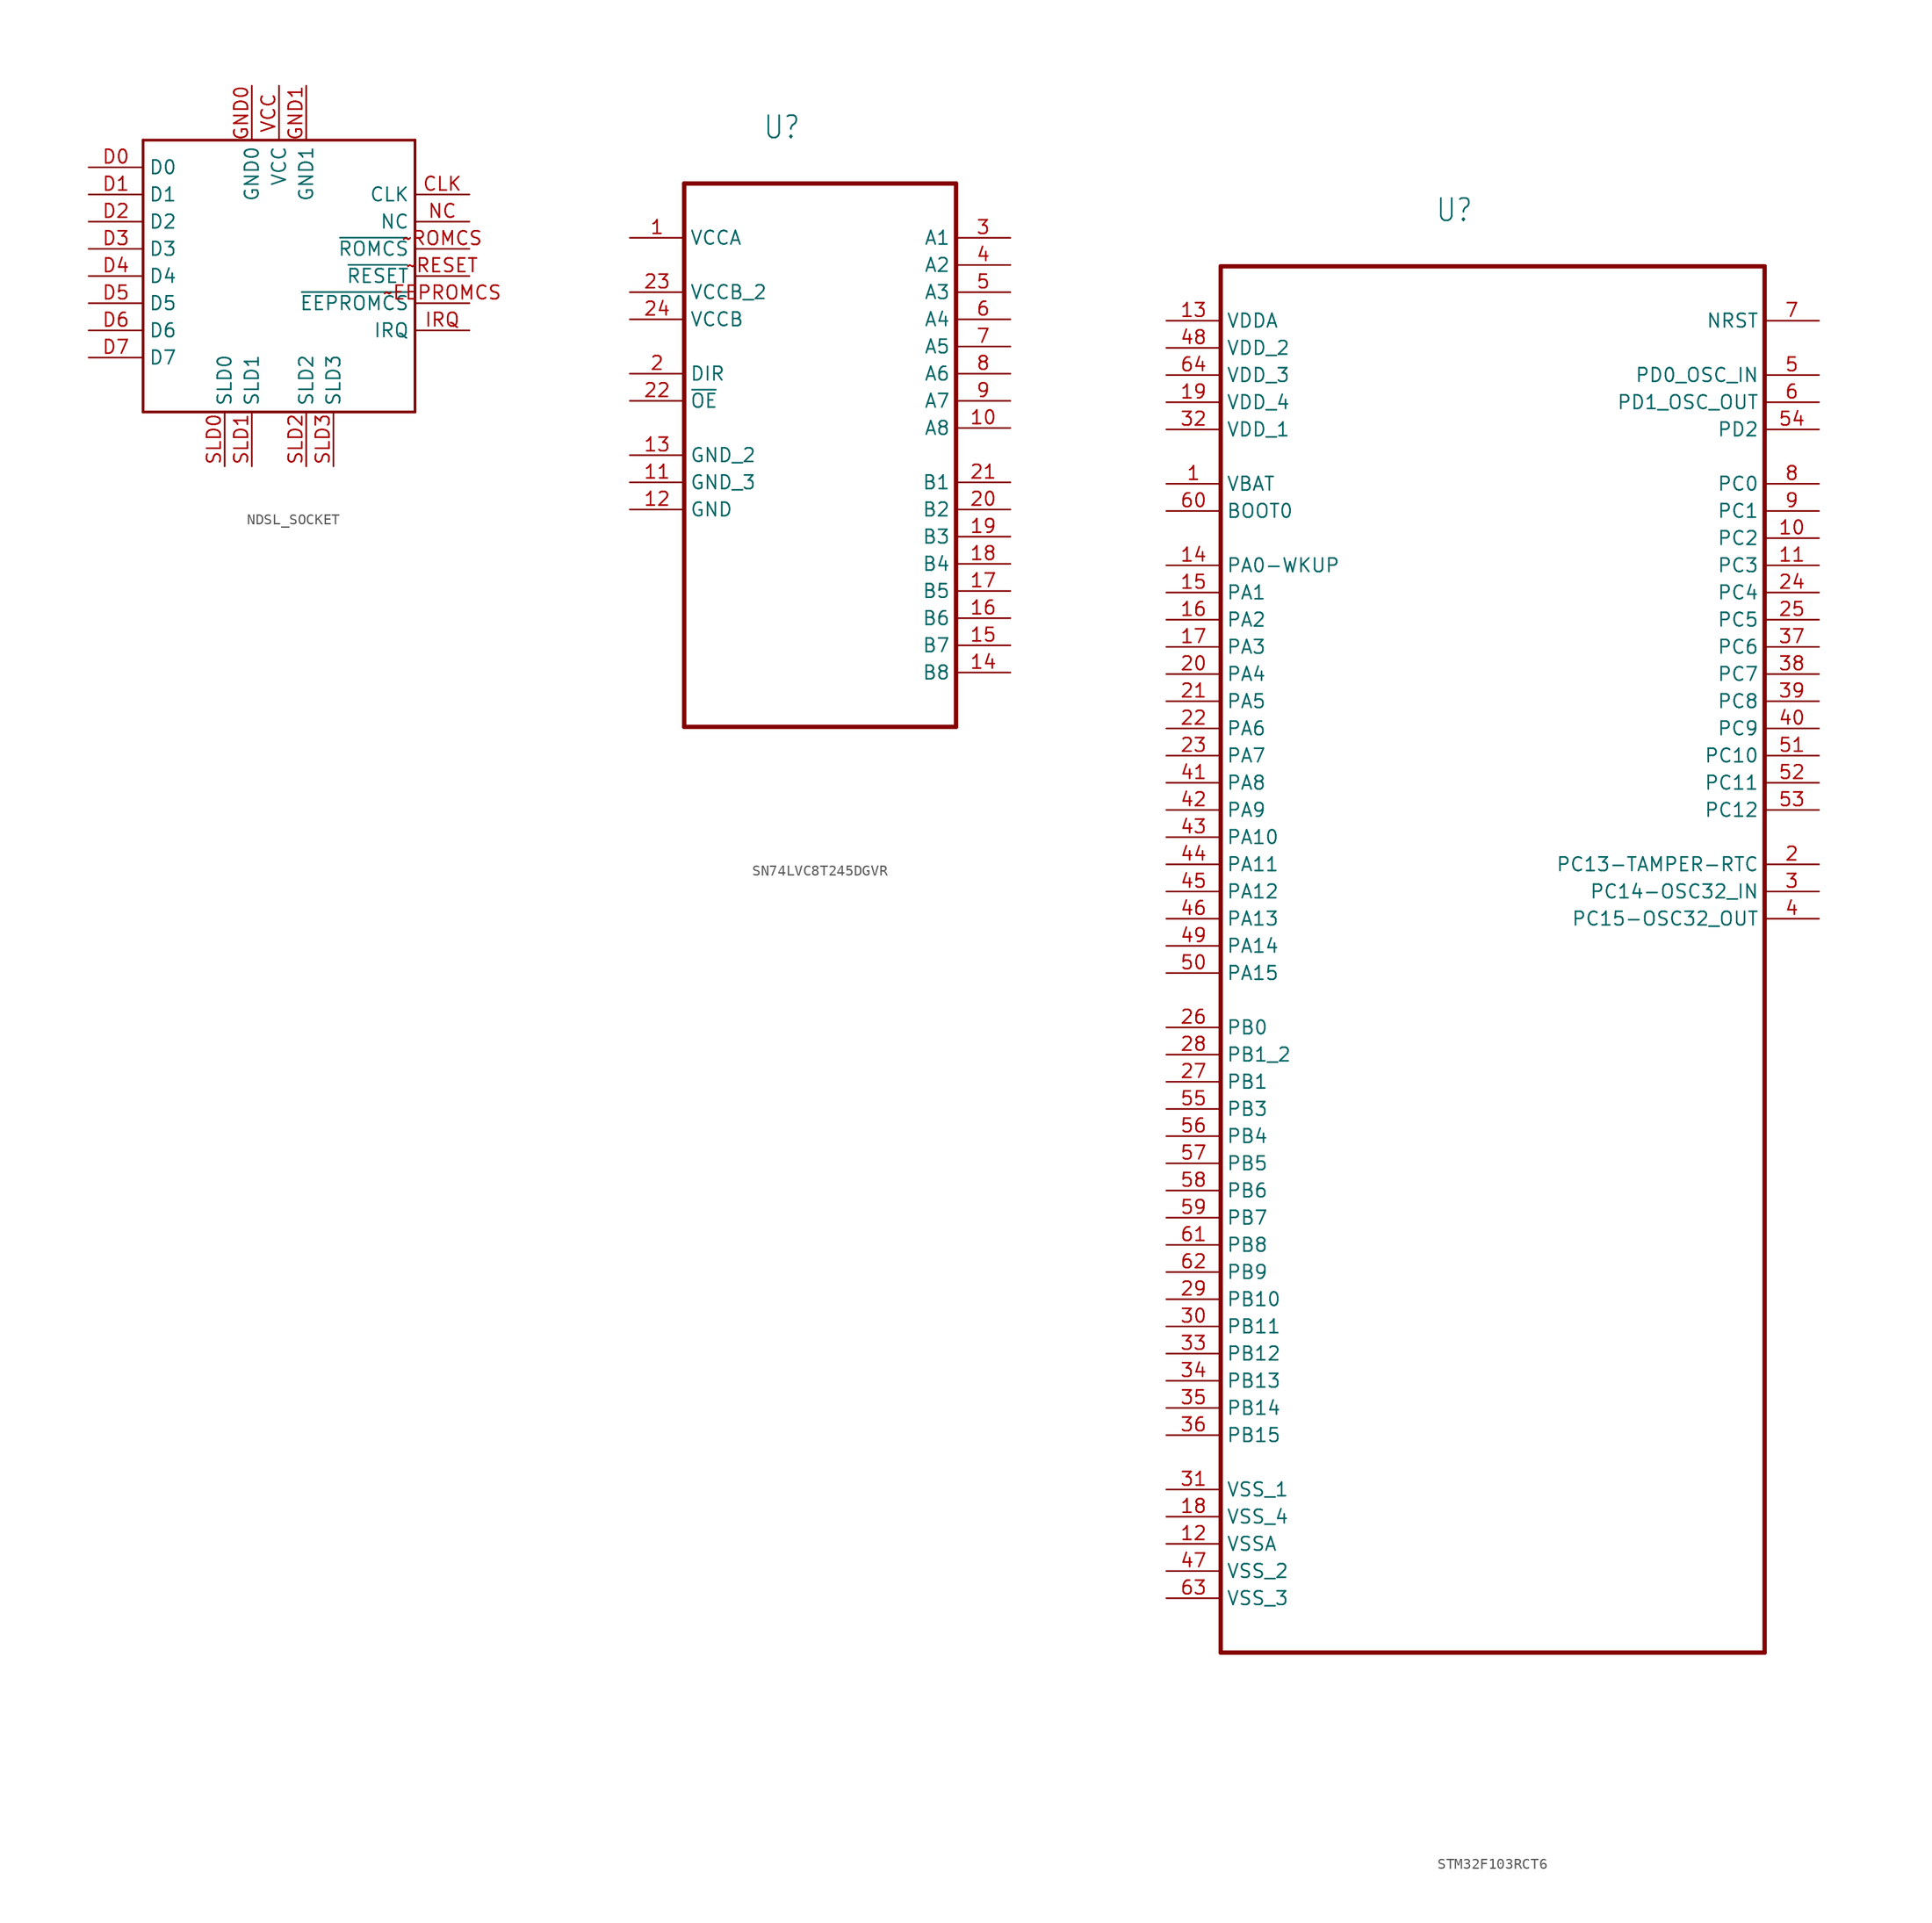
<source format=kicad_sym>
(kicad_symbol_lib
  (version 20220914)
  (generator kicad_symbol_editor)
  (symbol "NDSL_SOCKET"
    (property "Reference" ""
      (at 0 0 0)
      (effects (font (size 1.27 1.27)) hide))
    (property "ki_locked" ""
      (at 0 0 0)
      (effects (font (size 1.27 1.27))))
    (symbol "NDSL_SOCKET_1_0"
      (polyline (pts (xy -12.7 -12.7) (xy -12.7 12.7)) (stroke (width 0.254) (type solid)) (fill (type none)))
      (polyline (pts (xy -12.7 12.7) (xy 12.7 12.7)) (stroke (width 0.254) (type solid)) (fill (type none)))
      (polyline (pts (xy 12.7 -12.7) (xy -12.7 -12.7)) (stroke (width 0.254) (type solid)) (fill (type none)))
      (polyline (pts (xy 12.7 12.7) (xy 12.7 -12.7)) (stroke (width 0.254) (type solid)) (fill (type none)))
      (pin bidirectional line (at 17.78 7.62 180) (length 5.08) (name "CLK" (effects (font (size 1.27 1.27)))) (number "CLK" (effects (font (size 1.27 1.27)))))
      (pin bidirectional line (at -17.78 10.16 0) (length 5.08) (name "D0" (effects (font (size 1.27 1.27)))) (number "D0" (effects (font (size 1.27 1.27)))))
      (pin bidirectional line (at -17.78 7.62 0) (length 5.08) (name "D1" (effects (font (size 1.27 1.27)))) (number "D1" (effects (font (size 1.27 1.27)))))
      (pin bidirectional line (at -17.78 5.08 0) (length 5.08) (name "D2" (effects (font (size 1.27 1.27)))) (number "D2" (effects (font (size 1.27 1.27)))))
      (pin bidirectional line (at -17.78 2.54 0) (length 5.08) (name "D3" (effects (font (size 1.27 1.27)))) (number "D3" (effects (font (size 1.27 1.27)))))
      (pin bidirectional line (at -17.78 0 0) (length 5.08) (name "D4" (effects (font (size 1.27 1.27)))) (number "D4" (effects (font (size 1.27 1.27)))))
      (pin bidirectional line (at -17.78 -2.54 0) (length 5.08) (name "D5" (effects (font (size 1.27 1.27)))) (number "D5" (effects (font (size 1.27 1.27)))))
      (pin bidirectional line (at -17.78 -5.08 0) (length 5.08) (name "D6" (effects (font (size 1.27 1.27)))) (number "D6" (effects (font (size 1.27 1.27)))))
      (pin bidirectional line (at -17.78 -7.62 0) (length 5.08) (name "D7" (effects (font (size 1.27 1.27)))) (number "D7" (effects (font (size 1.27 1.27)))))
      (pin bidirectional line (at -2.54 17.78 270) (length 5.08) (name "GND0" (effects (font (size 1.27 1.27)))) (number "GND0" (effects (font (size 1.27 1.27)))))
      (pin bidirectional line (at 2.54 17.78 270) (length 5.08) (name "GND1" (effects (font (size 1.27 1.27)))) (number "GND1" (effects (font (size 1.27 1.27)))))
      (pin bidirectional line (at 17.78 -5.08 180) (length 5.08) (name "IRQ" (effects (font (size 1.27 1.27)))) (number "IRQ" (effects (font (size 1.27 1.27)))))
      (pin bidirectional line (at 17.78 5.08 180) (length 5.08) (name "NC" (effects (font (size 1.27 1.27)))) (number "NC" (effects (font (size 1.27 1.27)))))
      (pin bidirectional line (at -5.08 -17.78 90) (length 5.08) (name "SLD0" (effects (font (size 1.27 1.27)))) (number "SLD0" (effects (font (size 1.27 1.27)))))
      (pin bidirectional line (at -2.54 -17.78 90) (length 5.08) (name "SLD1" (effects (font (size 1.27 1.27)))) (number "SLD1" (effects (font (size 1.27 1.27)))))
      (pin bidirectional line (at 2.54 -17.78 90) (length 5.08) (name "SLD2" (effects (font (size 1.27 1.27)))) (number "SLD2" (effects (font (size 1.27 1.27)))))
      (pin bidirectional line (at 5.08 -17.78 90) (length 5.08) (name "SLD3" (effects (font (size 1.27 1.27)))) (number "SLD3" (effects (font (size 1.27 1.27)))))
      (pin bidirectional line (at 0 17.78 270) (length 5.08) (name "VCC" (effects (font (size 1.27 1.27)))) (number "VCC" (effects (font (size 1.27 1.27)))))
      (pin bidirectional line (at 17.78 -2.54 180) (length 5.08) (name "~{EEPROMCS}" (effects (font (size 1.27 1.27)))) (number "~EEPROMCS" (effects (font (size 1.27 1.27)))))
      (pin bidirectional line (at 17.78 0 180) (length 5.08) (name "~{RESET}" (effects (font (size 1.27 1.27)))) (number "~RESET" (effects (font (size 1.27 1.27)))))
      (pin bidirectional line (at 17.78 2.54 180) (length 5.08) (name "~{ROMCS}" (effects (font (size 1.27 1.27)))) (number "~ROMCS" (effects (font (size 1.27 1.27)))))))
  (symbol "SN74LVC8T245DGVR"
    (property "Reference" "U"
      (at -5.359 26.899 0)
      (effects (font (size 2.083 1.77)) (justify left bottom)))
    (property "Value" ""
      (at -4.775 -33.934 0)
      (effects (font (size 2.083 1.77)) (justify left bottom)))
    (property "ki_locked" ""
      (at 0 0 0)
      (effects (font (size 1.27 1.27))))
    (symbol "SN74LVC8T245DGVR_1_0"
      (polyline (pts (xy -12.7 -27.94) (xy 12.7 -27.94)) (stroke (width 0.406) (type solid)) (fill (type none)))
      (polyline (pts (xy -12.7 22.86) (xy -12.7 -27.94)) (stroke (width 0.406) (type solid)) (fill (type none)))
      (polyline (pts (xy 12.7 -27.94) (xy 12.7 22.86)) (stroke (width 0.406) (type solid)) (fill (type none)))
      (polyline (pts (xy 12.7 22.86) (xy -12.7 22.86)) (stroke (width 0.406) (type solid)) (fill (type none)))
      (pin power_in line (at -17.78 17.78 0) (length 5.08) (name "VCCA" (effects (font (size 1.27 1.27)))) (number "1" (effects (font (size 1.27 1.27)))))
      (pin output line (at 17.78 0 180) (length 5.08) (name "A8" (effects (font (size 1.27 1.27)))) (number "10" (effects (font (size 1.27 1.27)))))
      (pin passive line (at -17.78 -5.08 0) (length 5.08) (name "GND_3" (effects (font (size 1.27 1.27)))) (number "11" (effects (font (size 1.27 1.27)))))
      (pin passive line (at -17.78 -7.62 0) (length 5.08) (name "GND" (effects (font (size 1.27 1.27)))) (number "12" (effects (font (size 1.27 1.27)))))
      (pin passive line (at -17.78 -2.54 0) (length 5.08) (name "GND_2" (effects (font (size 1.27 1.27)))) (number "13" (effects (font (size 1.27 1.27)))))
      (pin output line (at 17.78 -22.86 180) (length 5.08) (name "B8" (effects (font (size 1.27 1.27)))) (number "14" (effects (font (size 1.27 1.27)))))
      (pin output line (at 17.78 -20.32 180) (length 5.08) (name "B7" (effects (font (size 1.27 1.27)))) (number "15" (effects (font (size 1.27 1.27)))))
      (pin output line (at 17.78 -17.78 180) (length 5.08) (name "B6" (effects (font (size 1.27 1.27)))) (number "16" (effects (font (size 1.27 1.27)))))
      (pin output line (at 17.78 -15.24 180) (length 5.08) (name "B5" (effects (font (size 1.27 1.27)))) (number "17" (effects (font (size 1.27 1.27)))))
      (pin output line (at 17.78 -12.7 180) (length 5.08) (name "B4" (effects (font (size 1.27 1.27)))) (number "18" (effects (font (size 1.27 1.27)))))
      (pin output line (at 17.78 -10.16 180) (length 5.08) (name "B3" (effects (font (size 1.27 1.27)))) (number "19" (effects (font (size 1.27 1.27)))))
      (pin input line (at -17.78 5.08 0) (length 5.08) (name "DIR" (effects (font (size 1.27 1.27)))) (number "2" (effects (font (size 1.27 1.27)))))
      (pin output line (at 17.78 -7.62 180) (length 5.08) (name "B2" (effects (font (size 1.27 1.27)))) (number "20" (effects (font (size 1.27 1.27)))))
      (pin output line (at 17.78 -5.08 180) (length 5.08) (name "B1" (effects (font (size 1.27 1.27)))) (number "21" (effects (font (size 1.27 1.27)))))
      (pin input line (at -17.78 2.54 0) (length 5.08) (name "~{OE}" (effects (font (size 1.27 1.27)))) (number "22" (effects (font (size 1.27 1.27)))))
      (pin power_in line (at -17.78 12.7 0) (length 5.08) (name "VCCB_2" (effects (font (size 1.27 1.27)))) (number "23" (effects (font (size 1.27 1.27)))))
      (pin power_in line (at -17.78 10.16 0) (length 5.08) (name "VCCB" (effects (font (size 1.27 1.27)))) (number "24" (effects (font (size 1.27 1.27)))))
      (pin output line (at 17.78 17.78 180) (length 5.08) (name "A1" (effects (font (size 1.27 1.27)))) (number "3" (effects (font (size 1.27 1.27)))))
      (pin output line (at 17.78 15.24 180) (length 5.08) (name "A2" (effects (font (size 1.27 1.27)))) (number "4" (effects (font (size 1.27 1.27)))))
      (pin output line (at 17.78 12.7 180) (length 5.08) (name "A3" (effects (font (size 1.27 1.27)))) (number "5" (effects (font (size 1.27 1.27)))))
      (pin output line (at 17.78 10.16 180) (length 5.08) (name "A4" (effects (font (size 1.27 1.27)))) (number "6" (effects (font (size 1.27 1.27)))))
      (pin output line (at 17.78 7.62 180) (length 5.08) (name "A5" (effects (font (size 1.27 1.27)))) (number "7" (effects (font (size 1.27 1.27)))))
      (pin output line (at 17.78 5.08 180) (length 5.08) (name "A6" (effects (font (size 1.27 1.27)))) (number "8" (effects (font (size 1.27 1.27)))))
      (pin output line (at 17.78 2.54 180) (length 5.08) (name "A7" (effects (font (size 1.27 1.27)))) (number "9" (effects (font (size 1.27 1.27)))))))
  (symbol "STM32F103RCT6"
    (property "Reference" "U"
      (at -5.359 64.999 0)
      (effects (font (size 2.083 1.77)) (justify left bottom)))
    (property "Value" ""
      (at -4.14 -73.177 0)
      (effects (font (size 2.083 1.77)) (justify left bottom)))
    (property "ki_locked" ""
      (at 0 0 0)
      (effects (font (size 1.27 1.27))))
    (symbol "STM32F103RCT6_1_0"
      (polyline (pts (xy -25.4 -68.58) (xy 25.4 -68.58)) (stroke (width 0.406) (type solid)) (fill (type none)))
      (polyline (pts (xy -25.4 60.96) (xy -25.4 -68.58)) (stroke (width 0.406) (type solid)) (fill (type none)))
      (polyline (pts (xy 25.4 -68.58) (xy 25.4 60.96)) (stroke (width 0.406) (type solid)) (fill (type none)))
      (polyline (pts (xy 25.4 60.96) (xy -25.4 60.96)) (stroke (width 0.406) (type solid)) (fill (type none)))
      (pin input line (at -30.48 40.64 0) (length 5.08) (name "VBAT" (effects (font (size 1.27 1.27)))) (number "1" (effects (font (size 1.27 1.27)))))
      (pin bidirectional line (at 30.48 35.56 180) (length 5.08) (name "PC2" (effects (font (size 1.27 1.27)))) (number "10" (effects (font (size 1.27 1.27)))))
      (pin bidirectional line (at 30.48 33.02 180) (length 5.08) (name "PC3" (effects (font (size 1.27 1.27)))) (number "11" (effects (font (size 1.27 1.27)))))
      (pin passive line (at -30.48 -58.42 0) (length 5.08) (name "VSSA" (effects (font (size 1.27 1.27)))) (number "12" (effects (font (size 1.27 1.27)))))
      (pin power_in line (at -30.48 55.88 0) (length 5.08) (name "VDDA" (effects (font (size 1.27 1.27)))) (number "13" (effects (font (size 1.27 1.27)))))
      (pin bidirectional line (at -30.48 33.02 0) (length 5.08) (name "PA0-WKUP" (effects (font (size 1.27 1.27)))) (number "14" (effects (font (size 1.27 1.27)))))
      (pin bidirectional line (at -30.48 30.48 0) (length 5.08) (name "PA1" (effects (font (size 1.27 1.27)))) (number "15" (effects (font (size 1.27 1.27)))))
      (pin bidirectional line (at -30.48 27.94 0) (length 5.08) (name "PA2" (effects (font (size 1.27 1.27)))) (number "16" (effects (font (size 1.27 1.27)))))
      (pin bidirectional line (at -30.48 25.4 0) (length 5.08) (name "PA3" (effects (font (size 1.27 1.27)))) (number "17" (effects (font (size 1.27 1.27)))))
      (pin passive line (at -30.48 -55.88 0) (length 5.08) (name "VSS_4" (effects (font (size 1.27 1.27)))) (number "18" (effects (font (size 1.27 1.27)))))
      (pin power_in line (at -30.48 48.26 0) (length 5.08) (name "VDD_4" (effects (font (size 1.27 1.27)))) (number "19" (effects (font (size 1.27 1.27)))))
      (pin input line (at 30.48 5.08 180) (length 5.08) (name "PC13-TAMPER-RTC" (effects (font (size 1.27 1.27)))) (number "2" (effects (font (size 1.27 1.27)))))
      (pin bidirectional line (at -30.48 22.86 0) (length 5.08) (name "PA4" (effects (font (size 1.27 1.27)))) (number "20" (effects (font (size 1.27 1.27)))))
      (pin bidirectional line (at -30.48 20.32 0) (length 5.08) (name "PA5" (effects (font (size 1.27 1.27)))) (number "21" (effects (font (size 1.27 1.27)))))
      (pin bidirectional line (at -30.48 17.78 0) (length 5.08) (name "PA6" (effects (font (size 1.27 1.27)))) (number "22" (effects (font (size 1.27 1.27)))))
      (pin power_in line (at -30.48 15.24 0) (length 5.08) (name "PA7" (effects (font (size 1.27 1.27)))) (number "23" (effects (font (size 1.27 1.27)))))
      (pin passive line (at 30.48 30.48 180) (length 5.08) (name "PC4" (effects (font (size 1.27 1.27)))) (number "24" (effects (font (size 1.27 1.27)))))
      (pin bidirectional line (at 30.48 27.94 180) (length 5.08) (name "PC5" (effects (font (size 1.27 1.27)))) (number "25" (effects (font (size 1.27 1.27)))))
      (pin bidirectional line (at -30.48 -10.16 0) (length 5.08) (name "PB0" (effects (font (size 1.27 1.27)))) (number "26" (effects (font (size 1.27 1.27)))))
      (pin bidirectional line (at -30.48 -15.24 0) (length 5.08) (name "PB1" (effects (font (size 1.27 1.27)))) (number "27" (effects (font (size 1.27 1.27)))))
      (pin bidirectional line (at -30.48 -12.7 0) (length 5.08) (name "PB1_2" (effects (font (size 1.27 1.27)))) (number "28" (effects (font (size 1.27 1.27)))))
      (pin bidirectional line (at -30.48 -35.56 0) (length 5.08) (name "PB10" (effects (font (size 1.27 1.27)))) (number "29" (effects (font (size 1.27 1.27)))))
      (pin input line (at 30.48 2.54 180) (length 5.08) (name "PC14-OSC32_IN" (effects (font (size 1.27 1.27)))) (number "3" (effects (font (size 1.27 1.27)))))
      (pin bidirectional line (at -30.48 -38.1 0) (length 5.08) (name "PB11" (effects (font (size 1.27 1.27)))) (number "30" (effects (font (size 1.27 1.27)))))
      (pin passive line (at -30.48 -53.34 0) (length 5.08) (name "VSS_1" (effects (font (size 1.27 1.27)))) (number "31" (effects (font (size 1.27 1.27)))))
      (pin power_in line (at -30.48 45.72 0) (length 5.08) (name "VDD_1" (effects (font (size 1.27 1.27)))) (number "32" (effects (font (size 1.27 1.27)))))
      (pin bidirectional line (at -30.48 -40.64 0) (length 5.08) (name "PB12" (effects (font (size 1.27 1.27)))) (number "33" (effects (font (size 1.27 1.27)))))
      (pin bidirectional line (at -30.48 -43.18 0) (length 5.08) (name "PB13" (effects (font (size 1.27 1.27)))) (number "34" (effects (font (size 1.27 1.27)))))
      (pin bidirectional line (at -30.48 -45.72 0) (length 5.08) (name "PB14" (effects (font (size 1.27 1.27)))) (number "35" (effects (font (size 1.27 1.27)))))
      (pin bidirectional line (at -30.48 -48.26 0) (length 5.08) (name "PB15" (effects (font (size 1.27 1.27)))) (number "36" (effects (font (size 1.27 1.27)))))
      (pin bidirectional line (at 30.48 25.4 180) (length 5.08) (name "PC6" (effects (font (size 1.27 1.27)))) (number "37" (effects (font (size 1.27 1.27)))))
      (pin bidirectional line (at 30.48 22.86 180) (length 5.08) (name "PC7" (effects (font (size 1.27 1.27)))) (number "38" (effects (font (size 1.27 1.27)))))
      (pin bidirectional line (at 30.48 20.32 180) (length 5.08) (name "PC8" (effects (font (size 1.27 1.27)))) (number "39" (effects (font (size 1.27 1.27)))))
      (pin output line (at 30.48 0 180) (length 5.08) (name "PC15-OSC32_OUT" (effects (font (size 1.27 1.27)))) (number "4" (effects (font (size 1.27 1.27)))))
      (pin bidirectional line (at 30.48 17.78 180) (length 5.08) (name "PC9" (effects (font (size 1.27 1.27)))) (number "40" (effects (font (size 1.27 1.27)))))
      (pin bidirectional line (at -30.48 12.7 0) (length 5.08) (name "PA8" (effects (font (size 1.27 1.27)))) (number "41" (effects (font (size 1.27 1.27)))))
      (pin bidirectional line (at -30.48 10.16 0) (length 5.08) (name "PA9" (effects (font (size 1.27 1.27)))) (number "42" (effects (font (size 1.27 1.27)))))
      (pin bidirectional line (at -30.48 7.62 0) (length 5.08) (name "PA10" (effects (font (size 1.27 1.27)))) (number "43" (effects (font (size 1.27 1.27)))))
      (pin bidirectional line (at -30.48 5.08 0) (length 5.08) (name "PA11" (effects (font (size 1.27 1.27)))) (number "44" (effects (font (size 1.27 1.27)))))
      (pin bidirectional line (at -30.48 2.54 0) (length 5.08) (name "PA12" (effects (font (size 1.27 1.27)))) (number "45" (effects (font (size 1.27 1.27)))))
      (pin bidirectional line (at -30.48 0 0) (length 5.08) (name "PA13" (effects (font (size 1.27 1.27)))) (number "46" (effects (font (size 1.27 1.27)))))
      (pin passive line (at -30.48 -60.96 0) (length 5.08) (name "VSS_2" (effects (font (size 1.27 1.27)))) (number "47" (effects (font (size 1.27 1.27)))))
      (pin power_in line (at -30.48 53.34 0) (length 5.08) (name "VDD_2" (effects (font (size 1.27 1.27)))) (number "48" (effects (font (size 1.27 1.27)))))
      (pin bidirectional line (at -30.48 -2.54 0) (length 5.08) (name "PA14" (effects (font (size 1.27 1.27)))) (number "49" (effects (font (size 1.27 1.27)))))
      (pin input line (at 30.48 50.8 180) (length 5.08) (name "PD0_OSC_IN" (effects (font (size 1.27 1.27)))) (number "5" (effects (font (size 1.27 1.27)))))
      (pin bidirectional line (at -30.48 -5.08 0) (length 5.08) (name "PA15" (effects (font (size 1.27 1.27)))) (number "50" (effects (font (size 1.27 1.27)))))
      (pin bidirectional line (at 30.48 15.24 180) (length 5.08) (name "PC10" (effects (font (size 1.27 1.27)))) (number "51" (effects (font (size 1.27 1.27)))))
      (pin bidirectional line (at 30.48 12.7 180) (length 5.08) (name "PC11" (effects (font (size 1.27 1.27)))) (number "52" (effects (font (size 1.27 1.27)))))
      (pin bidirectional line (at 30.48 10.16 180) (length 5.08) (name "PC12" (effects (font (size 1.27 1.27)))) (number "53" (effects (font (size 1.27 1.27)))))
      (pin bidirectional line (at 30.48 45.72 180) (length 5.08) (name "PD2" (effects (font (size 1.27 1.27)))) (number "54" (effects (font (size 1.27 1.27)))))
      (pin bidirectional line (at -30.48 -17.78 0) (length 5.08) (name "PB3" (effects (font (size 1.27 1.27)))) (number "55" (effects (font (size 1.27 1.27)))))
      (pin bidirectional line (at -30.48 -20.32 0) (length 5.08) (name "PB4" (effects (font (size 1.27 1.27)))) (number "56" (effects (font (size 1.27 1.27)))))
      (pin bidirectional line (at -30.48 -22.86 0) (length 5.08) (name "PB5" (effects (font (size 1.27 1.27)))) (number "57" (effects (font (size 1.27 1.27)))))
      (pin bidirectional line (at -30.48 -25.4 0) (length 5.08) (name "PB6" (effects (font (size 1.27 1.27)))) (number "58" (effects (font (size 1.27 1.27)))))
      (pin power_in line (at -30.48 -27.94 0) (length 5.08) (name "PB7" (effects (font (size 1.27 1.27)))) (number "59" (effects (font (size 1.27 1.27)))))
      (pin output line (at 30.48 48.26 180) (length 5.08) (name "PD1_OSC_OUT" (effects (font (size 1.27 1.27)))) (number "6" (effects (font (size 1.27 1.27)))))
      (pin passive line (at -30.48 38.1 0) (length 5.08) (name "BOOT0" (effects (font (size 1.27 1.27)))) (number "60" (effects (font (size 1.27 1.27)))))
      (pin bidirectional line (at -30.48 -30.48 0) (length 5.08) (name "PB8" (effects (font (size 1.27 1.27)))) (number "61" (effects (font (size 1.27 1.27)))))
      (pin bidirectional line (at -30.48 -33.02 0) (length 5.08) (name "PB9" (effects (font (size 1.27 1.27)))) (number "62" (effects (font (size 1.27 1.27)))))
      (pin passive line (at -30.48 -63.5 0) (length 5.08) (name "VSS_3" (effects (font (size 1.27 1.27)))) (number "63" (effects (font (size 1.27 1.27)))))
      (pin power_in line (at -30.48 50.8 0) (length 5.08) (name "VDD_3" (effects (font (size 1.27 1.27)))) (number "64" (effects (font (size 1.27 1.27)))))
      (pin output line (at 30.48 55.88 180) (length 5.08) (name "NRST" (effects (font (size 1.27 1.27)))) (number "7" (effects (font (size 1.27 1.27)))))
      (pin bidirectional line (at 30.48 40.64 180) (length 5.08) (name "PC0" (effects (font (size 1.27 1.27)))) (number "8" (effects (font (size 1.27 1.27)))))
      (pin bidirectional line (at 30.48 38.1 180) (length 5.08) (name "PC1" (effects (font (size 1.27 1.27)))) (number "9" (effects (font (size 1.27 1.27))))))))
</source>
